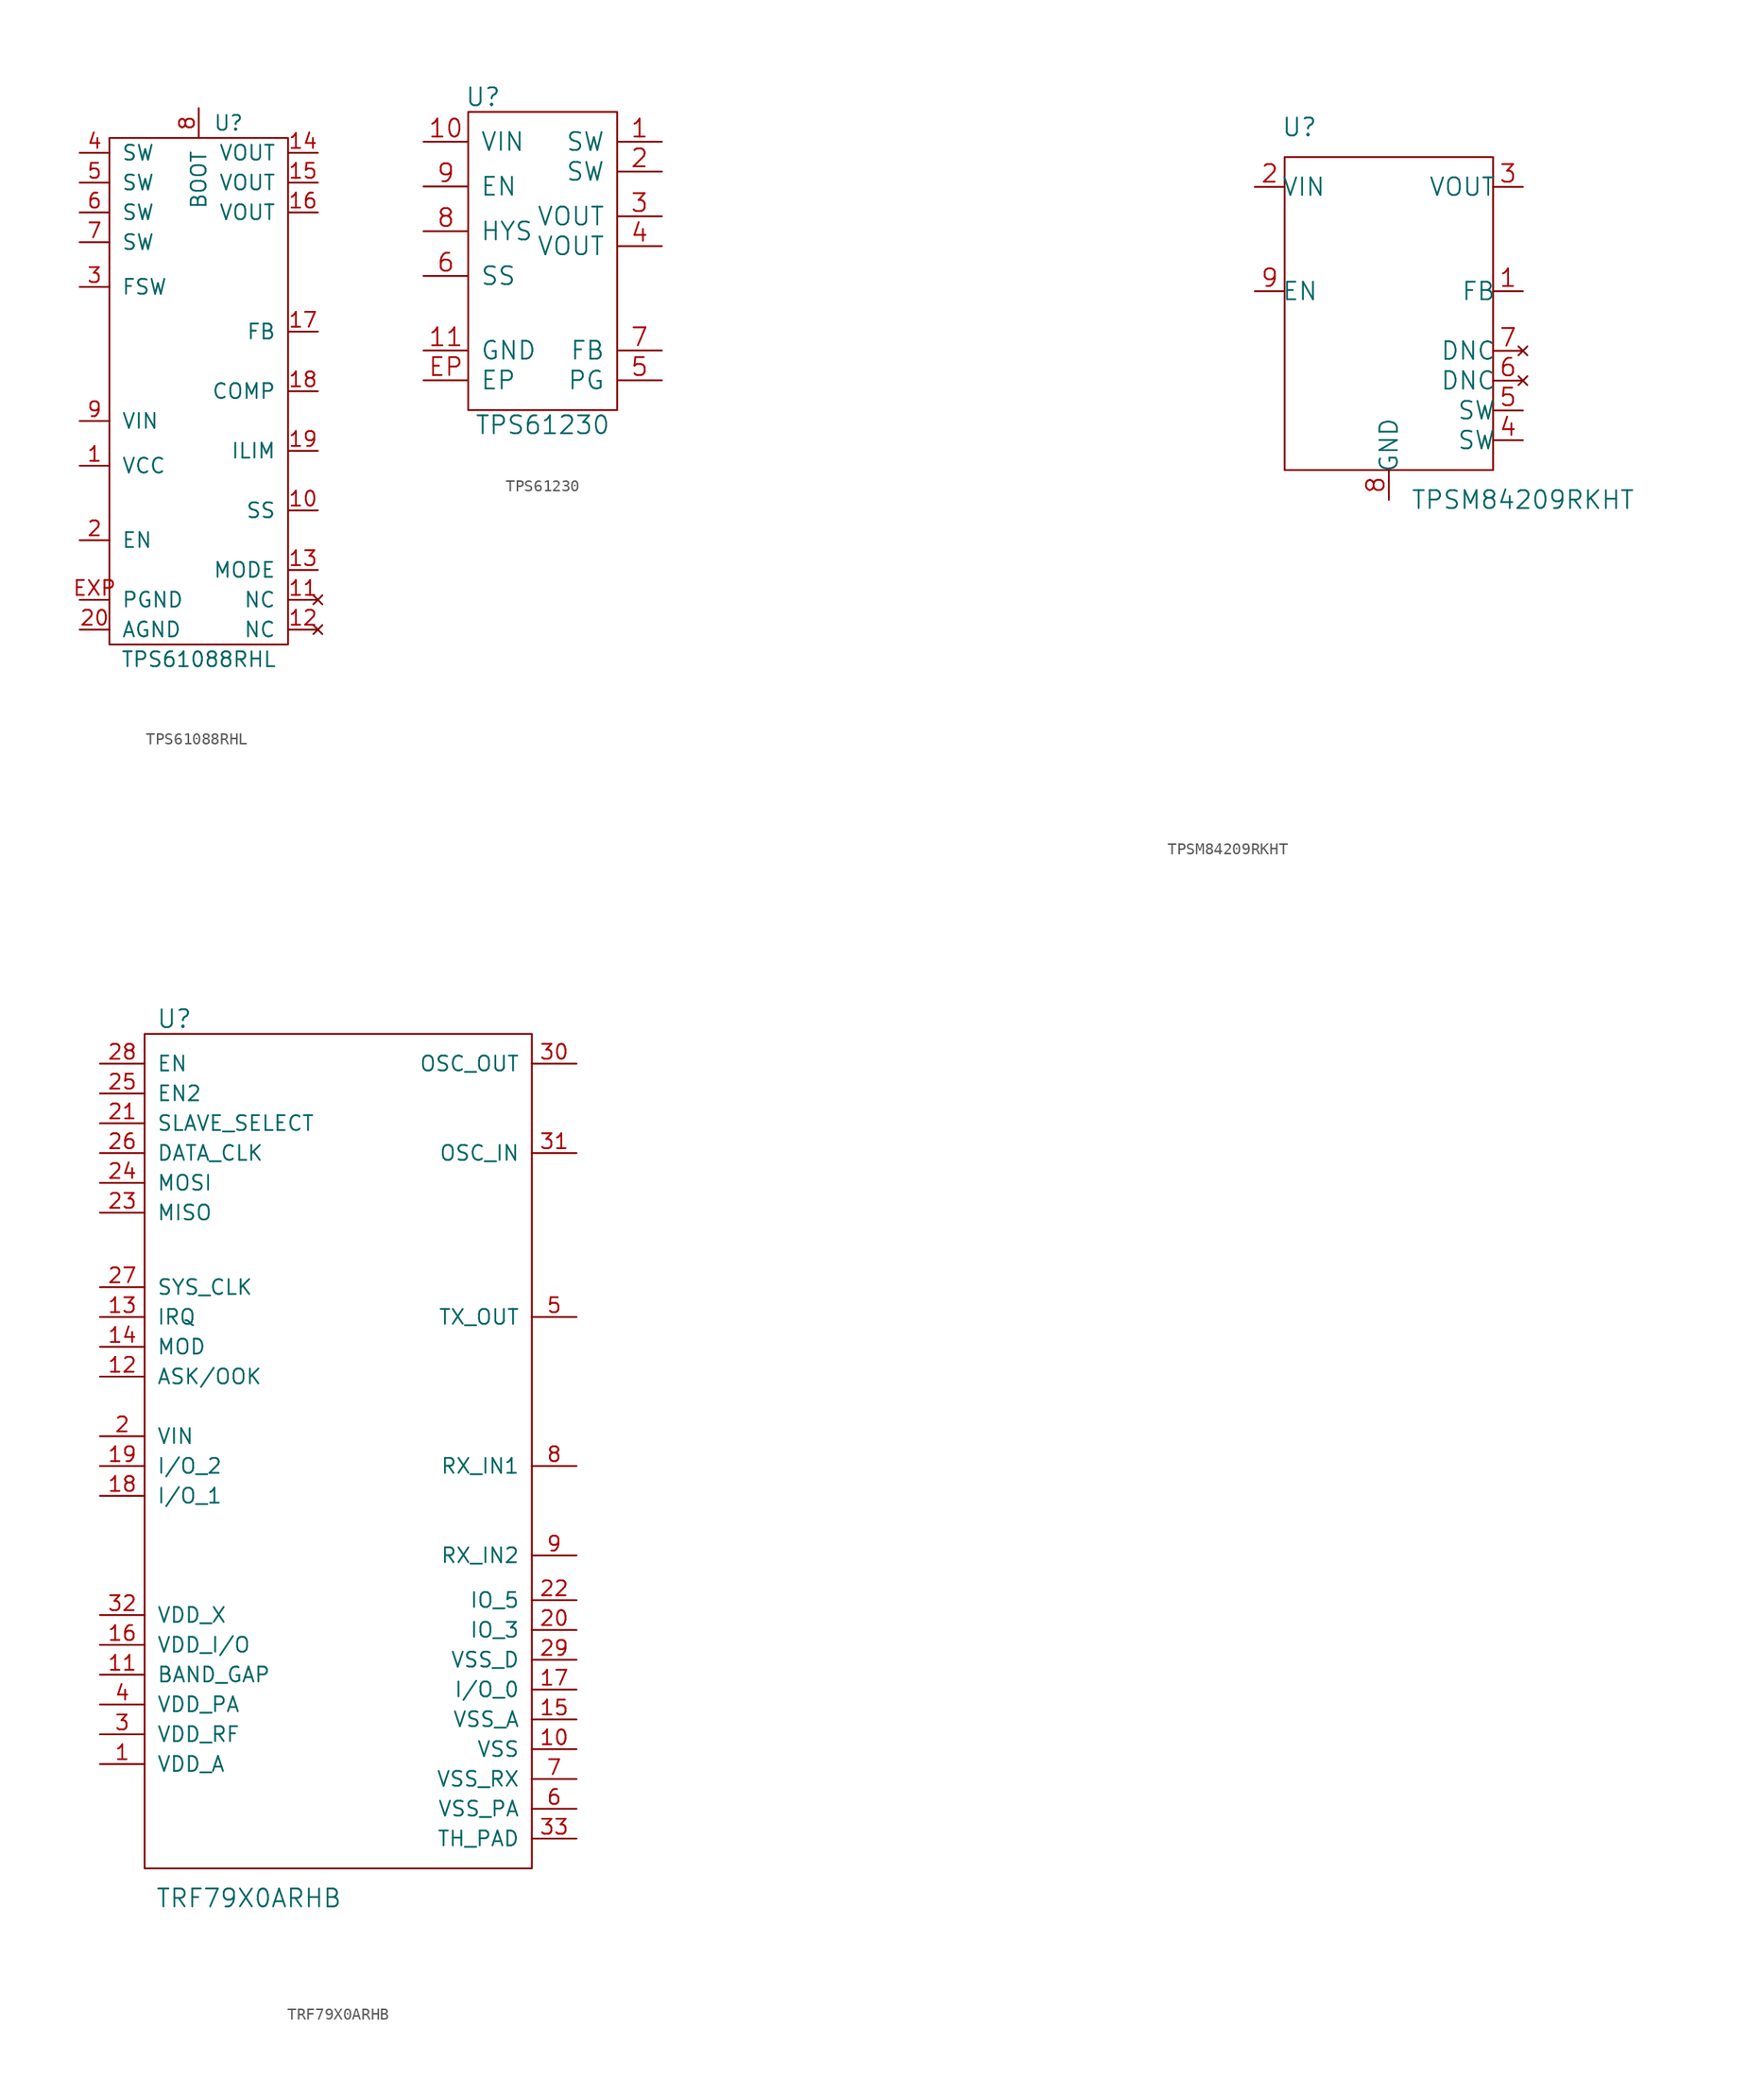
<source format=kicad_sym>
(kicad_symbol_lib
  (version 20211014)
  (generator kicad_symbol_editor)
  (symbol "TPS61088RHL"
    (pin_names
      (offset 1.016))
    (property "Reference" "U"
      (at 2.54 22.86 0)
      (effects (font (size 1.27 1.27))))
    (property "Value" "TPS61088RHL"
      (at 0 -22.86 0)
      (effects (font (size 1.27 1.27))))
    (symbol "TPS61088RHL_0_1"
      (rectangle (start -7.62 21.59) (end 7.62 -21.59) (stroke (width 0) (type default) (color 0 0 0 0)) (fill (type none))))
    (symbol "TPS61088RHL_1_1"
      (pin passive line (at -10.16 -6.35 0) (length 2.54) (name "VCC" (effects (font (size 1.27 1.27)))) (number "1" (effects (font (size 1.27 1.27)))))
      (pin passive line (at 10.16 -10.16 180) (length 2.54) (name "SS" (effects (font (size 1.27 1.27)))) (number "10" (effects (font (size 1.27 1.27)))))
      (pin no_connect line (at 10.16 -17.78 180) (length 2.54) (name "NC" (effects (font (size 1.27 1.27)))) (number "11" (effects (font (size 1.27 1.27)))))
      (pin no_connect line (at 10.16 -20.32 180) (length 2.54) (name "NC" (effects (font (size 1.27 1.27)))) (number "12" (effects (font (size 1.27 1.27)))))
      (pin passive line (at 10.16 -15.24 180) (length 2.54) (name "MODE" (effects (font (size 1.27 1.27)))) (number "13" (effects (font (size 1.27 1.27)))))
      (pin passive line (at 10.16 20.32 180) (length 2.54) (name "VOUT" (effects (font (size 1.27 1.27)))) (number "14" (effects (font (size 1.27 1.27)))))
      (pin passive line (at 10.16 17.78 180) (length 2.54) (name "VOUT" (effects (font (size 1.27 1.27)))) (number "15" (effects (font (size 1.27 1.27)))))
      (pin passive line (at 10.16 15.24 180) (length 2.54) (name "VOUT" (effects (font (size 1.27 1.27)))) (number "16" (effects (font (size 1.27 1.27)))))
      (pin passive line (at 10.16 5.08 180) (length 2.54) (name "FB" (effects (font (size 1.27 1.27)))) (number "17" (effects (font (size 1.27 1.27)))))
      (pin passive line (at 10.16 0 180) (length 2.54) (name "COMP" (effects (font (size 1.27 1.27)))) (number "18" (effects (font (size 1.27 1.27)))))
      (pin passive line (at 10.16 -5.08 180) (length 2.54) (name "ILIM" (effects (font (size 1.27 1.27)))) (number "19" (effects (font (size 1.27 1.27)))))
      (pin passive line (at -10.16 -12.7 0) (length 2.54) (name "EN" (effects (font (size 1.27 1.27)))) (number "2" (effects (font (size 1.27 1.27)))))
      (pin passive line (at -10.16 -20.32 0) (length 2.54) (name "AGND" (effects (font (size 1.27 1.27)))) (number "20" (effects (font (size 1.27 1.27)))))
      (pin passive line (at -10.16 8.89 0) (length 2.54) (name "FSW" (effects (font (size 1.27 1.27)))) (number "3" (effects (font (size 1.27 1.27)))))
      (pin passive line (at -10.16 20.32 0) (length 2.54) (name "SW" (effects (font (size 1.27 1.27)))) (number "4" (effects (font (size 1.27 1.27)))))
      (pin passive line (at -10.16 17.78 0) (length 2.54) (name "SW" (effects (font (size 1.27 1.27)))) (number "5" (effects (font (size 1.27 1.27)))))
      (pin passive line (at -10.16 15.24 0) (length 2.54) (name "SW" (effects (font (size 1.27 1.27)))) (number "6" (effects (font (size 1.27 1.27)))))
      (pin passive line (at -10.16 12.7 0) (length 2.54) (name "SW" (effects (font (size 1.27 1.27)))) (number "7" (effects (font (size 1.27 1.27)))))
      (pin passive line (at 0 24.13 270) (length 2.54) (name "BOOT" (effects (font (size 1.27 1.27)))) (number "8" (effects (font (size 1.27 1.27)))))
      (pin passive line (at -10.16 -2.54 0) (length 2.54) (name "VIN" (effects (font (size 1.27 1.27)))) (number "9" (effects (font (size 1.27 1.27)))))
      (pin passive line (at -10.16 -17.78 0) (length 2.54) (name "PGND" (effects (font (size 1.27 1.27)))) (number "EXP" (effects (font (size 1.27 1.27)))))))
  (symbol "TPS61230"
    (pin_names
      (offset 1.016))
    (property "Reference" "U"
      (at -5.08 13.97 0)
      (effects (font (size 1.524 1.524))))
    (property "Value" "TPS61230"
      (at 0 -13.97 0)
      (effects (font (size 1.524 1.524))))
    (property "Footprint" ""
      (at 0 13.97 0)
      (effects (font (size 1.524 1.524))))
    (property "Datasheet" ""
      (at 0 13.97 0)
      (effects (font (size 1.524 1.524))))
    (symbol "TPS61230_0_1"
      (rectangle (start -6.35 12.7) (end 6.35 -12.7) (stroke (width 0) (type default) (color 0 0 0 0)) (fill (type none))))
    (symbol "TPS61230_1_1"
      (pin passive line (at 10.16 10.16 180) (length 3.81) (name "SW" (effects (font (size 1.524 1.524)))) (number "1" (effects (font (size 1.524 1.524)))))
      (pin passive line (at -10.16 10.16 0) (length 3.81) (name "VIN" (effects (font (size 1.524 1.524)))) (number "10" (effects (font (size 1.524 1.524)))))
      (pin passive line (at -10.16 -7.62 0) (length 3.81) (name "GND" (effects (font (size 1.524 1.524)))) (number "11" (effects (font (size 1.524 1.524)))))
      (pin passive line (at 10.16 7.62 180) (length 3.81) (name "SW" (effects (font (size 1.524 1.524)))) (number "2" (effects (font (size 1.524 1.524)))))
      (pin passive line (at 10.16 3.81 180) (length 3.81) (name "VOUT" (effects (font (size 1.524 1.524)))) (number "3" (effects (font (size 1.524 1.524)))))
      (pin passive line (at 10.16 1.27 180) (length 3.81) (name "VOUT" (effects (font (size 1.524 1.524)))) (number "4" (effects (font (size 1.524 1.524)))))
      (pin passive line (at 10.16 -10.16 180) (length 3.81) (name "PG" (effects (font (size 1.524 1.524)))) (number "5" (effects (font (size 1.524 1.524)))))
      (pin passive line (at -10.16 -1.27 0) (length 3.81) (name "SS" (effects (font (size 1.524 1.524)))) (number "6" (effects (font (size 1.524 1.524)))))
      (pin passive line (at 10.16 -7.62 180) (length 3.81) (name "FB" (effects (font (size 1.524 1.524)))) (number "7" (effects (font (size 1.524 1.524)))))
      (pin passive line (at -10.16 2.54 0) (length 3.81) (name "HYS" (effects (font (size 1.524 1.524)))) (number "8" (effects (font (size 1.524 1.524)))))
      (pin passive line (at -10.16 6.35 0) (length 3.81) (name "EN" (effects (font (size 1.524 1.524)))) (number "9" (effects (font (size 1.524 1.524)))))
      (pin passive line (at -10.16 -10.16 0) (length 3.81) (name "EP" (effects (font (size 1.524 1.524)))) (number "EP" (effects (font (size 1.524 1.524)))))))
  (symbol "TPSM84209RKHT"
    (pin_names
      (offset -0.254))
    (property "Reference" "U"
      (at -7.62 16.51 0)
      (effects (font (size 1.524 1.524))))
    (property "Value" "TPSM84209RKHT"
      (at 11.43 -15.24 0)
      (effects (font (size 1.524 1.524))))
    (property "Datasheet" ""
      (at -48.26 -38.1 0)
      (effects (font (size 1.524 1.524))))
    (property "ki_locked" ""
      (at 0 0 0)
      (effects (font (size 1.27 1.27))))
    (symbol "TPSM84209RKHT_0_1"
      (rectangle (start -8.89 13.97) (end 8.89 -12.7) (stroke (width 0) (type default) (color 0 0 0 0)) (fill (type none))))
    (symbol "TPSM84209RKHT_1_1"
      (pin input line (at 11.43 2.54 180) (length 2.54) (name "FB" (effects (font (size 1.499 1.499)))) (number "1" (effects (font (size 1.499 1.499)))))
      (pin power_in line (at -11.43 11.43 0) (length 2.54) (name "VIN" (effects (font (size 1.499 1.499)))) (number "2" (effects (font (size 1.499 1.499)))))
      (pin power_in line (at 11.43 11.43 180) (length 2.54) (name "VOUT" (effects (font (size 1.499 1.499)))) (number "3" (effects (font (size 1.499 1.499)))))
      (pin power_in line (at 11.43 -10.16 180) (length 2.54) (name "SW" (effects (font (size 1.499 1.499)))) (number "4" (effects (font (size 1.499 1.499)))))
      (pin power_in line (at 11.43 -7.62 180) (length 2.54) (name "SW" (effects (font (size 1.499 1.499)))) (number "5" (effects (font (size 1.499 1.499)))))
      (pin no_connect line (at 11.43 -5.08 180) (length 2.54) (name "DNC" (effects (font (size 1.499 1.499)))) (number "6" (effects (font (size 1.499 1.499)))))
      (pin no_connect line (at 11.43 -2.54 180) (length 2.54) (name "DNC" (effects (font (size 1.499 1.499)))) (number "7" (effects (font (size 1.499 1.499)))))
      (pin power_in line (at 0 -15.24 90) (length 2.54) (name "GND" (effects (font (size 1.499 1.499)))) (number "8" (effects (font (size 1.499 1.499)))))
      (pin input line (at -11.43 2.54 0) (length 2.54) (name "EN" (effects (font (size 1.499 1.499)))) (number "9" (effects (font (size 1.499 1.499)))))))
  (symbol "TRF79X0ARHB"
    (pin_names
      (offset 1.016))
    (property "Reference" "U"
      (at -13.97 36.83 0)
      (effects (font (size 1.524 1.524))))
    (property "Value" "TRF79X0ARHB"
      (at -7.62 -38.1 0)
      (effects (font (size 1.524 1.524))))
    (property "Footprint" ""
      (at 1.27 2.54 0)
      (effects (font (size 1.524 1.524))))
    (property "Datasheet" ""
      (at 1.27 2.54 0)
      (effects (font (size 1.524 1.524))))
    (symbol "TRF79X0ARHB_0_1"
      (rectangle (start -16.51 35.56) (end 16.51 -35.56) (stroke (width 0) (type default) (color 0 0 0 0)) (fill (type none))))
    (symbol "TRF79X0ARHB_1_1"
      (pin passive line (at -20.32 -26.67 0) (length 3.81) (name "VDD_A" (effects (font (size 1.27 1.27)))) (number "1" (effects (font (size 1.27 1.27)))))
      (pin passive line (at 20.32 -25.4 180) (length 3.81) (name "VSS" (effects (font (size 1.27 1.27)))) (number "10" (effects (font (size 1.27 1.27)))))
      (pin passive line (at -20.32 -19.05 0) (length 3.81) (name "BAND_GAP" (effects (font (size 1.27 1.27)))) (number "11" (effects (font (size 1.27 1.27)))))
      (pin passive line (at -20.32 6.35 0) (length 3.81) (name "ASK/OOK" (effects (font (size 1.27 1.27)))) (number "12" (effects (font (size 1.27 1.27)))))
      (pin passive line (at -20.32 11.43 0) (length 3.81) (name "IRQ" (effects (font (size 1.27 1.27)))) (number "13" (effects (font (size 1.27 1.27)))))
      (pin passive line (at -20.32 8.89 0) (length 3.81) (name "MOD" (effects (font (size 1.27 1.27)))) (number "14" (effects (font (size 1.27 1.27)))))
      (pin passive line (at 20.32 -22.86 180) (length 3.81) (name "VSS_A" (effects (font (size 1.27 1.27)))) (number "15" (effects (font (size 1.27 1.27)))))
      (pin passive line (at -20.32 -16.51 0) (length 3.81) (name "VDD_I/O" (effects (font (size 1.27 1.27)))) (number "16" (effects (font (size 1.27 1.27)))))
      (pin passive line (at 20.32 -20.32 180) (length 3.81) (name "I/O_0" (effects (font (size 1.27 1.27)))) (number "17" (effects (font (size 1.27 1.27)))))
      (pin passive line (at -20.32 -3.81 0) (length 3.81) (name "I/O_1" (effects (font (size 1.27 1.27)))) (number "18" (effects (font (size 1.27 1.27)))))
      (pin passive line (at -20.32 -1.27 0) (length 3.81) (name "I/O_2" (effects (font (size 1.27 1.27)))) (number "19" (effects (font (size 1.27 1.27)))))
      (pin passive line (at -20.32 1.27 0) (length 3.81) (name "VIN" (effects (font (size 1.27 1.27)))) (number "2" (effects (font (size 1.27 1.27)))))
      (pin passive line (at 20.32 -15.24 180) (length 3.81) (name "IO_3" (effects (font (size 1.27 1.27)))) (number "20" (effects (font (size 1.27 1.27)))))
      (pin passive line (at -20.32 27.94 0) (length 3.81) (name "SLAVE_SELECT" (effects (font (size 1.27 1.27)))) (number "21" (effects (font (size 1.27 1.27)))))
      (pin passive line (at 20.32 -12.7 180) (length 3.81) (name "IO_5" (effects (font (size 1.27 1.27)))) (number "22" (effects (font (size 1.27 1.27)))))
      (pin passive line (at -20.32 20.32 0) (length 3.81) (name "MISO" (effects (font (size 1.27 1.27)))) (number "23" (effects (font (size 1.27 1.27)))))
      (pin passive line (at -20.32 22.86 0) (length 3.81) (name "MOSI" (effects (font (size 1.27 1.27)))) (number "24" (effects (font (size 1.27 1.27)))))
      (pin passive line (at -20.32 30.48 0) (length 3.81) (name "EN2" (effects (font (size 1.27 1.27)))) (number "25" (effects (font (size 1.27 1.27)))))
      (pin passive line (at -20.32 25.4 0) (length 3.81) (name "DATA_CLK" (effects (font (size 1.27 1.27)))) (number "26" (effects (font (size 1.27 1.27)))))
      (pin passive line (at -20.32 13.97 0) (length 3.81) (name "SYS_CLK" (effects (font (size 1.27 1.27)))) (number "27" (effects (font (size 1.27 1.27)))))
      (pin passive line (at -20.32 33.02 0) (length 3.81) (name "EN" (effects (font (size 1.27 1.27)))) (number "28" (effects (font (size 1.27 1.27)))))
      (pin passive line (at 20.32 -17.78 180) (length 3.81) (name "VSS_D" (effects (font (size 1.27 1.27)))) (number "29" (effects (font (size 1.27 1.27)))))
      (pin passive line (at -20.32 -24.13 0) (length 3.81) (name "VDD_RF" (effects (font (size 1.27 1.27)))) (number "3" (effects (font (size 1.27 1.27)))))
      (pin passive line (at 20.32 33.02 180) (length 3.81) (name "OSC_OUT" (effects (font (size 1.27 1.27)))) (number "30" (effects (font (size 1.27 1.27)))))
      (pin passive line (at 20.32 25.4 180) (length 3.81) (name "OSC_IN" (effects (font (size 1.27 1.27)))) (number "31" (effects (font (size 1.27 1.27)))))
      (pin passive line (at -20.32 -13.97 0) (length 3.81) (name "VDD_X" (effects (font (size 1.27 1.27)))) (number "32" (effects (font (size 1.27 1.27)))))
      (pin passive line (at 20.32 -33.02 180) (length 3.81) (name "TH_PAD" (effects (font (size 1.27 1.27)))) (number "33" (effects (font (size 1.27 1.27)))))
      (pin passive line (at -20.32 -21.59 0) (length 3.81) (name "VDD_PA" (effects (font (size 1.27 1.27)))) (number "4" (effects (font (size 1.27 1.27)))))
      (pin passive line (at 20.32 11.43 180) (length 3.81) (name "TX_OUT" (effects (font (size 1.27 1.27)))) (number "5" (effects (font (size 1.27 1.27)))))
      (pin passive line (at 20.32 -30.48 180) (length 3.81) (name "VSS_PA" (effects (font (size 1.27 1.27)))) (number "6" (effects (font (size 1.27 1.27)))))
      (pin passive line (at 20.32 -27.94 180) (length 3.81) (name "VSS_RX" (effects (font (size 1.27 1.27)))) (number "7" (effects (font (size 1.27 1.27)))))
      (pin passive line (at 20.32 -1.27 180) (length 3.81) (name "RX_IN1" (effects (font (size 1.27 1.27)))) (number "8" (effects (font (size 1.27 1.27)))))
      (pin passive line (at 20.32 -8.89 180) (length 3.81) (name "RX_IN2" (effects (font (size 1.27 1.27)))) (number "9" (effects (font (size 1.27 1.27))))))))
</source>
